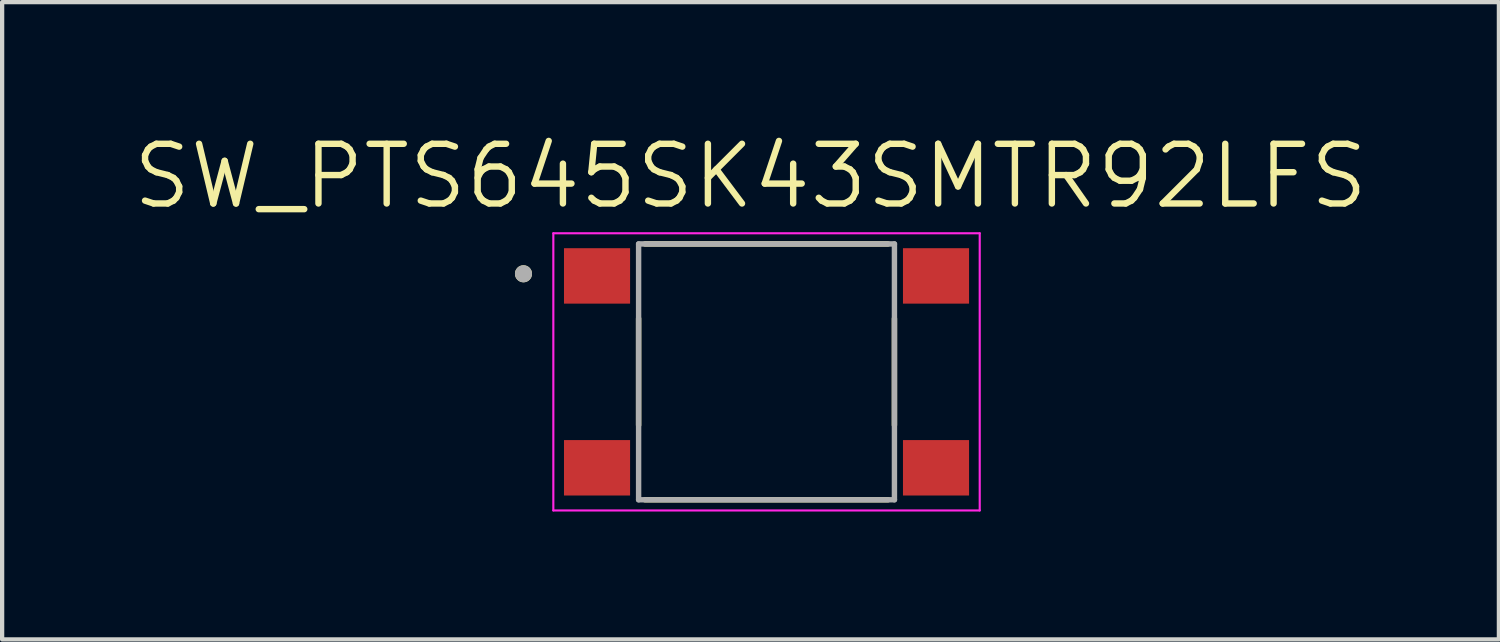
<source format=kicad_pcb>
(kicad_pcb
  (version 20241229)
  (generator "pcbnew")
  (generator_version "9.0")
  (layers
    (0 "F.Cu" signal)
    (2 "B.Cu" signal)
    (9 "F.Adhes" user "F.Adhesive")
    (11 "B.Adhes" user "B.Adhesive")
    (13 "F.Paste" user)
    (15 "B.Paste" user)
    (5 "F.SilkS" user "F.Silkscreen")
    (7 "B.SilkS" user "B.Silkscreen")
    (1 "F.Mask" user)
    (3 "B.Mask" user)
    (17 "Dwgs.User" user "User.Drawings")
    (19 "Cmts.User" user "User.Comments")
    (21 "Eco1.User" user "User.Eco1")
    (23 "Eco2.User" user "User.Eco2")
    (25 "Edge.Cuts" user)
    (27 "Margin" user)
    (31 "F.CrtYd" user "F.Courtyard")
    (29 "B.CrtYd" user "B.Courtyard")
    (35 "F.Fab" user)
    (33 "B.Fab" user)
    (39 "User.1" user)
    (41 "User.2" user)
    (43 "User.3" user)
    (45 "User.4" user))
  (footprint "SW_PTS645SK43SMTR92LFS"
    (layer "F.Cu")
    (at 14.927 5.671)
    (property "Reference" "SW_PTS645SK43SMTR92LFS" (at -0.375 -4.589 0) (layer "F.SilkS") (effects (font (size 1.4 1.4) (thickness 0.15))))
    (attr smd)
    (fp_line (start -3 -1.25) (end -3 1.25) (stroke (width 0.127) (type solid)) (layer "F.SilkS"))
    (fp_line (start -2.85 -3) (end 2.85 -3) (stroke (width 0.127) (type solid)) (layer "F.SilkS"))
    (fp_line (start -2.85 3) (end 2.85 3) (stroke (width 0.127) (type solid)) (layer "F.SilkS"))
    (fp_line (start 3 -1.25) (end 3 1.25) (stroke (width 0.127) (type solid)) (layer "F.SilkS"))
    (fp_circle (center -5.7 -2.3) (end -5.6 -2.3) (stroke (width 0.2) (type solid)) (fill no) (layer "F.SilkS"))
    (fp_line (start -5 -3.25) (end 5 -3.25) (stroke (width 0.05) (type solid)) (layer "F.CrtYd"))
    (fp_line (start -5 3.25) (end -5 -3.25) (stroke (width 0.05) (type solid)) (layer "F.CrtYd"))
    (fp_line (start 5 -3.25) (end 5 3.25) (stroke (width 0.05) (type solid)) (layer "F.CrtYd"))
    (fp_line (start 5 3.25) (end -5 3.25) (stroke (width 0.05) (type solid)) (layer "F.CrtYd"))
    (fp_line (start -3 -3) (end 3 -3) (stroke (width 0.127) (type solid)) (layer "F.Fab"))
    (fp_line (start -3 3) (end -3 -3) (stroke (width 0.127) (type solid)) (layer "F.Fab"))
    (fp_line (start 3 -3) (end 3 3) (stroke (width 0.127) (type solid)) (layer "F.Fab"))
    (fp_line (start 3 3) (end -3 3) (stroke (width 0.127) (type solid)) (layer "F.Fab"))
    (fp_circle (center -5.7 -2.3) (end -5.6 -2.3) (stroke (width 0.2) (type solid)) (fill no) (layer "F.Fab"))
    (pad "1" smd rect (at -3.975 -2.25) (size 1.55 1.3) (layers "F.Cu" "F.Mask" "F.Paste"))
    (pad "2" smd rect (at 3.975 -2.25) (size 1.55 1.3) (layers "F.Cu" "F.Mask" "F.Paste"))
    (pad "3" smd rect (at -3.975 2.25) (size 1.55 1.3) (layers "F.Cu" "F.Mask" "F.Paste"))
    (pad "4" smd rect (at 3.975 2.25) (size 1.55 1.3) (layers "F.Cu" "F.Mask" "F.Paste")))
  (gr_rect
    (start -3 -3)
    (end 32.103 11.946)
    (stroke (width 0.1) (type default))
    (fill no)
    (layer "Edge.Cuts")))
</source>
